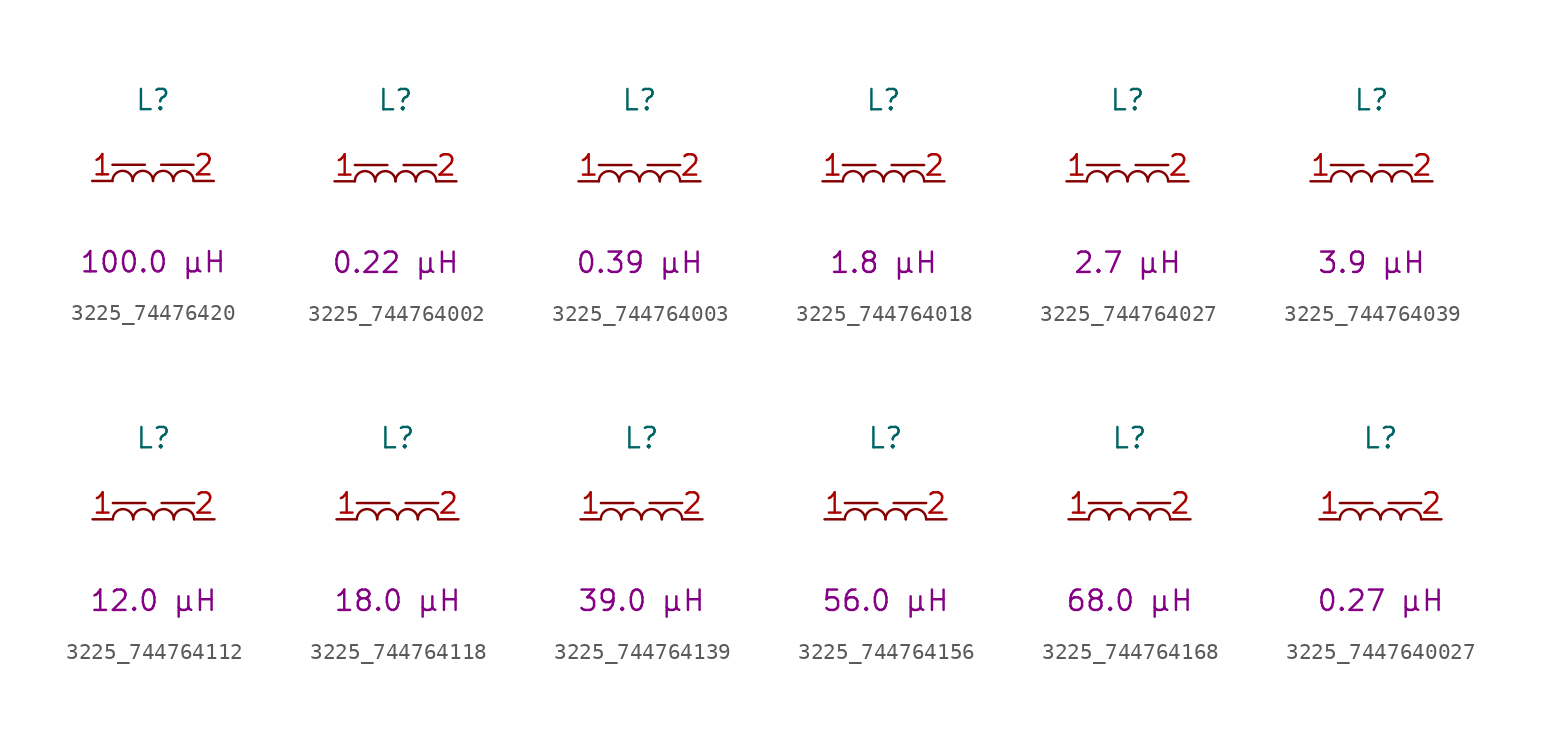
<source format=kicad_sym>
(kicad_symbol_lib
  (version 20220914)
  (generator kicad_symbol_editor)
  (symbol "3225_74476420"
    (pin_names hide)
    (property "Reference" "L"
      (at 0 5.08 0)
      (effects (font (size 1.27 1.27))))
    (property "Critical Parameter" "100.0 µH"
      (at 0 -5.08 0)
      (effects (font (size 1.27 1.27))))
    (symbol "3225_74476420_0_1"
      (arc (start -1.27 0) (mid -1.905 0.6323) (end -2.54 0) (stroke (width 0) (type default)) (fill (type none)))
      (arc (start 0 0) (mid -0.635 0.6323) (end -1.27 0) (stroke (width 0) (type default)) (fill (type none)))
      (polyline (pts (xy -2.54 1.016) (xy -0.508 1.016)) (stroke (width 0) (type default)) (fill (type none)))
      (arc (start 1.27 0) (mid 0.635 0.6323) (end 0 0) (stroke (width 0) (type default)) (fill (type none)))
      (arc (start 2.54 0) (mid 1.905 0.6323) (end 1.27 0) (stroke (width 0) (type default)) (fill (type none))))
    (symbol "3225_74476420_1_1"
      (polyline (pts (xy 2.54 1.016) (xy 0.508 1.016)) (stroke (width 0) (type default)) (fill (type none)))
      (pin passive line (at -3.81 0 0) (length 1.27) (name "1" (effects (font (size 1.27 1.27)))) (number "1" (effects (font (size 1.27 1.27)))))
      (pin passive line (at 3.81 0 180) (length 1.27) (name "2" (effects (font (size 1.27 1.27)))) (number "2" (effects (font (size 1.27 1.27)))))))
  (symbol "3225_744764002"
    (pin_names hide)
    (property "Reference" "L"
      (at 0 5.08 0)
      (effects (font (size 1.27 1.27))))
    (property "Critical Parameter" "0.22 µH"
      (at 0 -5.08 0)
      (effects (font (size 1.27 1.27))))
    (symbol "3225_744764002_0_1"
      (arc (start -1.27 0) (mid -1.905 0.6323) (end -2.54 0) (stroke (width 0) (type default)) (fill (type none)))
      (arc (start 0 0) (mid -0.635 0.6323) (end -1.27 0) (stroke (width 0) (type default)) (fill (type none)))
      (polyline (pts (xy -2.54 1.016) (xy -0.508 1.016)) (stroke (width 0) (type default)) (fill (type none)))
      (arc (start 1.27 0) (mid 0.635 0.6323) (end 0 0) (stroke (width 0) (type default)) (fill (type none)))
      (arc (start 2.54 0) (mid 1.905 0.6323) (end 1.27 0) (stroke (width 0) (type default)) (fill (type none))))
    (symbol "3225_744764002_1_1"
      (polyline (pts (xy 2.54 1.016) (xy 0.508 1.016)) (stroke (width 0) (type default)) (fill (type none)))
      (pin passive line (at -3.81 0 0) (length 1.27) (name "1" (effects (font (size 1.27 1.27)))) (number "1" (effects (font (size 1.27 1.27)))))
      (pin passive line (at 3.81 0 180) (length 1.27) (name "2" (effects (font (size 1.27 1.27)))) (number "2" (effects (font (size 1.27 1.27)))))))
  (symbol "3225_744764003"
    (pin_names hide)
    (property "Reference" "L"
      (at 0 5.08 0)
      (effects (font (size 1.27 1.27))))
    (property "Critical Parameter" "0.39 µH"
      (at 0 -5.08 0)
      (effects (font (size 1.27 1.27))))
    (symbol "3225_744764003_0_1"
      (arc (start -1.27 0) (mid -1.905 0.6323) (end -2.54 0) (stroke (width 0) (type default)) (fill (type none)))
      (arc (start 0 0) (mid -0.635 0.6323) (end -1.27 0) (stroke (width 0) (type default)) (fill (type none)))
      (polyline (pts (xy -2.54 1.016) (xy -0.508 1.016)) (stroke (width 0) (type default)) (fill (type none)))
      (arc (start 1.27 0) (mid 0.635 0.6323) (end 0 0) (stroke (width 0) (type default)) (fill (type none)))
      (arc (start 2.54 0) (mid 1.905 0.6323) (end 1.27 0) (stroke (width 0) (type default)) (fill (type none))))
    (symbol "3225_744764003_1_1"
      (polyline (pts (xy 2.54 1.016) (xy 0.508 1.016)) (stroke (width 0) (type default)) (fill (type none)))
      (pin passive line (at -3.81 0 0) (length 1.27) (name "1" (effects (font (size 1.27 1.27)))) (number "1" (effects (font (size 1.27 1.27)))))
      (pin passive line (at 3.81 0 180) (length 1.27) (name "2" (effects (font (size 1.27 1.27)))) (number "2" (effects (font (size 1.27 1.27)))))))
  (symbol "3225_744764018"
    (pin_names hide)
    (property "Reference" "L"
      (at 0 5.08 0)
      (effects (font (size 1.27 1.27))))
    (property "Critical Parameter" "1.8 µH"
      (at 0 -5.08 0)
      (effects (font (size 1.27 1.27))))
    (symbol "3225_744764018_0_1"
      (arc (start -1.27 0) (mid -1.905 0.6323) (end -2.54 0) (stroke (width 0) (type default)) (fill (type none)))
      (arc (start 0 0) (mid -0.635 0.6323) (end -1.27 0) (stroke (width 0) (type default)) (fill (type none)))
      (polyline (pts (xy -2.54 1.016) (xy -0.508 1.016)) (stroke (width 0) (type default)) (fill (type none)))
      (arc (start 1.27 0) (mid 0.635 0.6323) (end 0 0) (stroke (width 0) (type default)) (fill (type none)))
      (arc (start 2.54 0) (mid 1.905 0.6323) (end 1.27 0) (stroke (width 0) (type default)) (fill (type none))))
    (symbol "3225_744764018_1_1"
      (polyline (pts (xy 2.54 1.016) (xy 0.508 1.016)) (stroke (width 0) (type default)) (fill (type none)))
      (pin passive line (at -3.81 0 0) (length 1.27) (name "1" (effects (font (size 1.27 1.27)))) (number "1" (effects (font (size 1.27 1.27)))))
      (pin passive line (at 3.81 0 180) (length 1.27) (name "2" (effects (font (size 1.27 1.27)))) (number "2" (effects (font (size 1.27 1.27)))))))
  (symbol "3225_744764027"
    (pin_names hide)
    (property "Reference" "L"
      (at 0 5.08 0)
      (effects (font (size 1.27 1.27))))
    (property "Critical Parameter" "2.7 µH"
      (at 0 -5.08 0)
      (effects (font (size 1.27 1.27))))
    (symbol "3225_744764027_0_1"
      (arc (start -1.27 0) (mid -1.905 0.6323) (end -2.54 0) (stroke (width 0) (type default)) (fill (type none)))
      (arc (start 0 0) (mid -0.635 0.6323) (end -1.27 0) (stroke (width 0) (type default)) (fill (type none)))
      (polyline (pts (xy -2.54 1.016) (xy -0.508 1.016)) (stroke (width 0) (type default)) (fill (type none)))
      (arc (start 1.27 0) (mid 0.635 0.6323) (end 0 0) (stroke (width 0) (type default)) (fill (type none)))
      (arc (start 2.54 0) (mid 1.905 0.6323) (end 1.27 0) (stroke (width 0) (type default)) (fill (type none))))
    (symbol "3225_744764027_1_1"
      (polyline (pts (xy 2.54 1.016) (xy 0.508 1.016)) (stroke (width 0) (type default)) (fill (type none)))
      (pin passive line (at -3.81 0 0) (length 1.27) (name "1" (effects (font (size 1.27 1.27)))) (number "1" (effects (font (size 1.27 1.27)))))
      (pin passive line (at 3.81 0 180) (length 1.27) (name "2" (effects (font (size 1.27 1.27)))) (number "2" (effects (font (size 1.27 1.27)))))))
  (symbol "3225_744764039"
    (pin_names hide)
    (property "Reference" "L"
      (at 0 5.08 0)
      (effects (font (size 1.27 1.27))))
    (property "Critical Parameter" "3.9 µH"
      (at 0 -5.08 0)
      (effects (font (size 1.27 1.27))))
    (symbol "3225_744764039_0_1"
      (arc (start -1.27 0) (mid -1.905 0.6323) (end -2.54 0) (stroke (width 0) (type default)) (fill (type none)))
      (arc (start 0 0) (mid -0.635 0.6323) (end -1.27 0) (stroke (width 0) (type default)) (fill (type none)))
      (polyline (pts (xy -2.54 1.016) (xy -0.508 1.016)) (stroke (width 0) (type default)) (fill (type none)))
      (arc (start 1.27 0) (mid 0.635 0.6323) (end 0 0) (stroke (width 0) (type default)) (fill (type none)))
      (arc (start 2.54 0) (mid 1.905 0.6323) (end 1.27 0) (stroke (width 0) (type default)) (fill (type none))))
    (symbol "3225_744764039_1_1"
      (polyline (pts (xy 2.54 1.016) (xy 0.508 1.016)) (stroke (width 0) (type default)) (fill (type none)))
      (pin passive line (at -3.81 0 0) (length 1.27) (name "1" (effects (font (size 1.27 1.27)))) (number "1" (effects (font (size 1.27 1.27)))))
      (pin passive line (at 3.81 0 180) (length 1.27) (name "2" (effects (font (size 1.27 1.27)))) (number "2" (effects (font (size 1.27 1.27)))))))
  (symbol "3225_744764112"
    (pin_names hide)
    (property "Reference" "L"
      (at 0 5.08 0)
      (effects (font (size 1.27 1.27))))
    (property "Critical Parameter" "12.0 µH"
      (at 0 -5.08 0)
      (effects (font (size 1.27 1.27))))
    (symbol "3225_744764112_0_1"
      (arc (start -1.27 0) (mid -1.905 0.6323) (end -2.54 0) (stroke (width 0) (type default)) (fill (type none)))
      (arc (start 0 0) (mid -0.635 0.6323) (end -1.27 0) (stroke (width 0) (type default)) (fill (type none)))
      (polyline (pts (xy -2.54 1.016) (xy -0.508 1.016)) (stroke (width 0) (type default)) (fill (type none)))
      (arc (start 1.27 0) (mid 0.635 0.6323) (end 0 0) (stroke (width 0) (type default)) (fill (type none)))
      (arc (start 2.54 0) (mid 1.905 0.6323) (end 1.27 0) (stroke (width 0) (type default)) (fill (type none))))
    (symbol "3225_744764112_1_1"
      (polyline (pts (xy 2.54 1.016) (xy 0.508 1.016)) (stroke (width 0) (type default)) (fill (type none)))
      (pin passive line (at -3.81 0 0) (length 1.27) (name "1" (effects (font (size 1.27 1.27)))) (number "1" (effects (font (size 1.27 1.27)))))
      (pin passive line (at 3.81 0 180) (length 1.27) (name "2" (effects (font (size 1.27 1.27)))) (number "2" (effects (font (size 1.27 1.27)))))))
  (symbol "3225_744764118"
    (pin_names hide)
    (property "Reference" "L"
      (at 0 5.08 0)
      (effects (font (size 1.27 1.27))))
    (property "Critical Parameter" "18.0 µH"
      (at 0 -5.08 0)
      (effects (font (size 1.27 1.27))))
    (symbol "3225_744764118_0_1"
      (arc (start -1.27 0) (mid -1.905 0.6323) (end -2.54 0) (stroke (width 0) (type default)) (fill (type none)))
      (arc (start 0 0) (mid -0.635 0.6323) (end -1.27 0) (stroke (width 0) (type default)) (fill (type none)))
      (polyline (pts (xy -2.54 1.016) (xy -0.508 1.016)) (stroke (width 0) (type default)) (fill (type none)))
      (arc (start 1.27 0) (mid 0.635 0.6323) (end 0 0) (stroke (width 0) (type default)) (fill (type none)))
      (arc (start 2.54 0) (mid 1.905 0.6323) (end 1.27 0) (stroke (width 0) (type default)) (fill (type none))))
    (symbol "3225_744764118_1_1"
      (polyline (pts (xy 2.54 1.016) (xy 0.508 1.016)) (stroke (width 0) (type default)) (fill (type none)))
      (pin passive line (at -3.81 0 0) (length 1.27) (name "1" (effects (font (size 1.27 1.27)))) (number "1" (effects (font (size 1.27 1.27)))))
      (pin passive line (at 3.81 0 180) (length 1.27) (name "2" (effects (font (size 1.27 1.27)))) (number "2" (effects (font (size 1.27 1.27)))))))
  (symbol "3225_744764139"
    (pin_names hide)
    (property "Reference" "L"
      (at 0 5.08 0)
      (effects (font (size 1.27 1.27))))
    (property "Critical Parameter" "39.0 µH"
      (at 0 -5.08 0)
      (effects (font (size 1.27 1.27))))
    (symbol "3225_744764139_0_1"
      (arc (start -1.27 0) (mid -1.905 0.6323) (end -2.54 0) (stroke (width 0) (type default)) (fill (type none)))
      (arc (start 0 0) (mid -0.635 0.6323) (end -1.27 0) (stroke (width 0) (type default)) (fill (type none)))
      (polyline (pts (xy -2.54 1.016) (xy -0.508 1.016)) (stroke (width 0) (type default)) (fill (type none)))
      (arc (start 1.27 0) (mid 0.635 0.6323) (end 0 0) (stroke (width 0) (type default)) (fill (type none)))
      (arc (start 2.54 0) (mid 1.905 0.6323) (end 1.27 0) (stroke (width 0) (type default)) (fill (type none))))
    (symbol "3225_744764139_1_1"
      (polyline (pts (xy 2.54 1.016) (xy 0.508 1.016)) (stroke (width 0) (type default)) (fill (type none)))
      (pin passive line (at -3.81 0 0) (length 1.27) (name "1" (effects (font (size 1.27 1.27)))) (number "1" (effects (font (size 1.27 1.27)))))
      (pin passive line (at 3.81 0 180) (length 1.27) (name "2" (effects (font (size 1.27 1.27)))) (number "2" (effects (font (size 1.27 1.27)))))))
  (symbol "3225_744764156"
    (pin_names hide)
    (property "Reference" "L"
      (at 0 5.08 0)
      (effects (font (size 1.27 1.27))))
    (property "Critical Parameter" "56.0 µH"
      (at 0 -5.08 0)
      (effects (font (size 1.27 1.27))))
    (symbol "3225_744764156_0_1"
      (arc (start -1.27 0) (mid -1.905 0.6323) (end -2.54 0) (stroke (width 0) (type default)) (fill (type none)))
      (arc (start 0 0) (mid -0.635 0.6323) (end -1.27 0) (stroke (width 0) (type default)) (fill (type none)))
      (polyline (pts (xy -2.54 1.016) (xy -0.508 1.016)) (stroke (width 0) (type default)) (fill (type none)))
      (arc (start 1.27 0) (mid 0.635 0.6323) (end 0 0) (stroke (width 0) (type default)) (fill (type none)))
      (arc (start 2.54 0) (mid 1.905 0.6323) (end 1.27 0) (stroke (width 0) (type default)) (fill (type none))))
    (symbol "3225_744764156_1_1"
      (polyline (pts (xy 2.54 1.016) (xy 0.508 1.016)) (stroke (width 0) (type default)) (fill (type none)))
      (pin passive line (at -3.81 0 0) (length 1.27) (name "1" (effects (font (size 1.27 1.27)))) (number "1" (effects (font (size 1.27 1.27)))))
      (pin passive line (at 3.81 0 180) (length 1.27) (name "2" (effects (font (size 1.27 1.27)))) (number "2" (effects (font (size 1.27 1.27)))))))
  (symbol "3225_744764168"
    (pin_names hide)
    (property "Reference" "L"
      (at 0 5.08 0)
      (effects (font (size 1.27 1.27))))
    (property "Critical Parameter" "68.0 µH"
      (at 0 -5.08 0)
      (effects (font (size 1.27 1.27))))
    (symbol "3225_744764168_0_1"
      (arc (start -1.27 0) (mid -1.905 0.6323) (end -2.54 0) (stroke (width 0) (type default)) (fill (type none)))
      (arc (start 0 0) (mid -0.635 0.6323) (end -1.27 0) (stroke (width 0) (type default)) (fill (type none)))
      (polyline (pts (xy -2.54 1.016) (xy -0.508 1.016)) (stroke (width 0) (type default)) (fill (type none)))
      (arc (start 1.27 0) (mid 0.635 0.6323) (end 0 0) (stroke (width 0) (type default)) (fill (type none)))
      (arc (start 2.54 0) (mid 1.905 0.6323) (end 1.27 0) (stroke (width 0) (type default)) (fill (type none))))
    (symbol "3225_744764168_1_1"
      (polyline (pts (xy 2.54 1.016) (xy 0.508 1.016)) (stroke (width 0) (type default)) (fill (type none)))
      (pin passive line (at -3.81 0 0) (length 1.27) (name "1" (effects (font (size 1.27 1.27)))) (number "1" (effects (font (size 1.27 1.27)))))
      (pin passive line (at 3.81 0 180) (length 1.27) (name "2" (effects (font (size 1.27 1.27)))) (number "2" (effects (font (size 1.27 1.27)))))))
  (symbol "3225_7447640027"
    (pin_names hide)
    (property "Reference" "L"
      (at 0 5.08 0)
      (effects (font (size 1.27 1.27))))
    (property "Critical Parameter" "0.27 µH"
      (at 0 -5.08 0)
      (effects (font (size 1.27 1.27))))
    (symbol "3225_7447640027_0_1"
      (arc (start -1.27 0) (mid -1.905 0.6323) (end -2.54 0) (stroke (width 0) (type default)) (fill (type none)))
      (arc (start 0 0) (mid -0.635 0.6323) (end -1.27 0) (stroke (width 0) (type default)) (fill (type none)))
      (polyline (pts (xy -2.54 1.016) (xy -0.508 1.016)) (stroke (width 0) (type default)) (fill (type none)))
      (arc (start 1.27 0) (mid 0.635 0.6323) (end 0 0) (stroke (width 0) (type default)) (fill (type none)))
      (arc (start 2.54 0) (mid 1.905 0.6323) (end 1.27 0) (stroke (width 0) (type default)) (fill (type none))))
    (symbol "3225_7447640027_1_1"
      (polyline (pts (xy 2.54 1.016) (xy 0.508 1.016)) (stroke (width 0) (type default)) (fill (type none)))
      (pin passive line (at -3.81 0 0) (length 1.27) (name "1" (effects (font (size 1.27 1.27)))) (number "1" (effects (font (size 1.27 1.27)))))
      (pin passive line (at 3.81 0 180) (length 1.27) (name "2" (effects (font (size 1.27 1.27)))) (number "2" (effects (font (size 1.27 1.27))))))))
</source>
